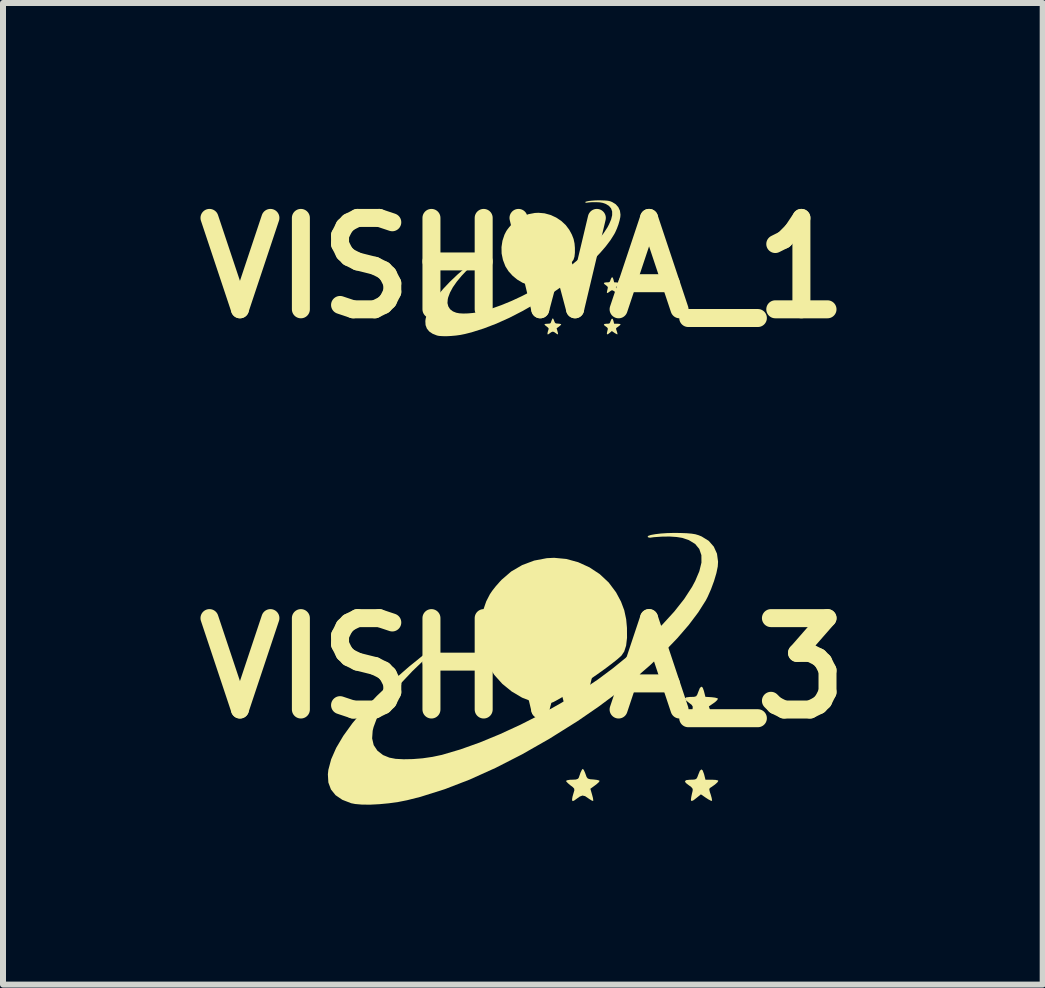
<source format=kicad_pcb>
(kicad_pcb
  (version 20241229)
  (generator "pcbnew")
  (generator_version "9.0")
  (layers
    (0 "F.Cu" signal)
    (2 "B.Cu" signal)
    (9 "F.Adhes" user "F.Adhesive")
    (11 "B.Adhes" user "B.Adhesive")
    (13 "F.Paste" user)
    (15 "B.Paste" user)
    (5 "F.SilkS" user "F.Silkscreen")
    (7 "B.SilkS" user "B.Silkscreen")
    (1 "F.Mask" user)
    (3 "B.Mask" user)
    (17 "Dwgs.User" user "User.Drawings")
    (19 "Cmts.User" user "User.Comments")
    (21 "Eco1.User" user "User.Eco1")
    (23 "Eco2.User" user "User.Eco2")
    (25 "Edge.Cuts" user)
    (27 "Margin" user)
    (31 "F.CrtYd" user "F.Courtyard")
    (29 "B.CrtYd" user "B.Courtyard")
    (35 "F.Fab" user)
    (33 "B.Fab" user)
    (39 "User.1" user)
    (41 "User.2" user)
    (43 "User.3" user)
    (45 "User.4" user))
  (footprint "VISHWA_3"
    (layer "F.Cu")
    (at 5.668 8.091)
    (property "Reference" "VISHWA_3" (at 0 0 0) (layer "F.SilkS") (effects (font (size 1.524 1.524) (thickness 0.3))))
    (attr board_only exclude_from_pos_files exclude_from_bom)
    (fp_poly (pts (xy 2.998 1.704) (xy 3.019 1.76) (xy 3.022 1.769) (xy 3.045 1.86) (xy 3.152 1.86) (xy 3.212 1.863) (xy 3.251 1.871) (xy 3.26 1.879) (xy 3.244 1.904) (xy 3.203 1.941) (xy 3.145 1.982) (xy 3.131 1.99) (xy 3.113 2.005) (xy 3.109 2.027) (xy 3.119 2.068) (xy 3.132 2.106) (xy 3.148 2.163) (xy 3.155 2.203) (xy 3.154 2.213) (xy 3.133 2.209) (xy 3.09 2.186) (xy 3.056 2.164) (xy 2.969 2.104) (xy 2.899 2.161) (xy 2.845 2.203) (xy 2.813 2.216) (xy 2.802 2.199) (xy 2.807 2.155) (xy 2.819 2.095) (xy 2.831 2.046) (xy 2.832 2.013) (xy 2.808 1.982) (xy 2.772 1.956) (xy 2.718 1.915) (xy 2.702 1.885) (xy 2.724 1.867) (xy 2.785 1.86) (xy 2.798 1.86) (xy 2.857 1.858) (xy 2.89 1.848) (xy 2.909 1.819) (xy 2.925 1.776) (xy 2.951 1.712) (xy 2.976 1.688)) (stroke (width 0) (type solid)) (fill yes) (layer "F.SilkS"))
    (fp_poly (pts (xy 2.999 0.324) (xy 3.019 0.38) (xy 3.021 0.388) (xy 3.044 0.478) (xy 3.146 0.484) (xy 3.204 0.491) (xy 3.244 0.502) (xy 3.253 0.51) (xy 3.241 0.532) (xy 3.205 0.566) (xy 3.18 0.584) (xy 3.102 0.638) (xy 3.133 0.73) (xy 3.149 0.786) (xy 3.156 0.824) (xy 3.154 0.833) (xy 3.133 0.829) (xy 3.091 0.807) (xy 3.067 0.792) (xy 3.013 0.757) (xy 2.976 0.744) (xy 2.943 0.754) (xy 2.898 0.785) (xy 2.892 0.79) (xy 2.839 0.827) (xy 2.81 0.837) (xy 2.802 0.818) (xy 2.807 0.785) (xy 2.82 0.722) (xy 2.83 0.679) (xy 2.833 0.642) (xy 2.814 0.611) (xy 2.772 0.579) (xy 2.718 0.536) (xy 2.702 0.506) (xy 2.724 0.487) (xy 2.785 0.48) (xy 2.798 0.48) (xy 2.857 0.478) (xy 2.89 0.468) (xy 2.909 0.439) (xy 2.925 0.396) (xy 2.951 0.332) (xy 2.976 0.308)) (stroke (width 0) (type solid)) (fill yes) (layer "F.SilkS"))
    (fp_poly (pts (xy 1.016 1.697) (xy 1.036 1.741) (xy 1.045 1.765) (xy 1.063 1.815) (xy 1.084 1.841) (xy 1.121 1.852) (xy 1.177 1.856) (xy 1.235 1.863) (xy 1.272 1.873) (xy 1.28 1.881) (xy 1.265 1.903) (xy 1.227 1.937) (xy 1.203 1.955) (xy 1.126 2.011) (xy 1.154 2.108) (xy 1.169 2.165) (xy 1.174 2.204) (xy 1.173 2.214) (xy 1.152 2.209) (xy 1.113 2.185) (xy 1.094 2.172) (xy 1.038 2.134) (xy 0.994 2.124) (xy 0.949 2.141) (xy 0.908 2.17) (xy 0.858 2.206) (xy 0.832 2.217) (xy 0.822 2.205) (xy 0.821 2.185) (xy 0.828 2.143) (xy 0.844 2.087) (xy 0.846 2.08) (xy 0.859 2.036) (xy 0.855 2.007) (xy 0.828 1.979) (xy 0.795 1.955) (xy 0.751 1.918) (xy 0.724 1.889) (xy 0.72 1.88) (xy 0.738 1.869) (xy 0.784 1.861) (xy 0.821 1.86) (xy 0.885 1.857) (xy 0.919 1.844) (xy 0.933 1.825) (xy 0.963 1.738) (xy 0.987 1.69) (xy 1.001 1.68)) (stroke (width 0) (type solid)) (fill yes) (layer "F.SilkS"))
    (fp_poly (pts (xy 0.724 -1.821) (xy 0.922 -1.767) (xy 1.111 -1.681) (xy 1.282 -1.568) (xy 1.431 -1.429) (xy 1.55 -1.27) (xy 1.555 -1.263) (xy 1.637 -1.109) (xy 1.691 -0.965) (xy 1.723 -0.815) (xy 1.736 -0.672) (xy 1.737 -0.506) (xy 1.722 -0.376) (xy 1.69 -0.277) (xy 1.644 -0.209) (xy 1.577 -0.149) (xy 1.481 -0.073) (xy 1.364 0.015) (xy 1.231 0.11) (xy 1.088 0.208) (xy 0.943 0.305) (xy 0.801 0.396) (xy 0.668 0.477) (xy 0.551 0.543) (xy 0.506 0.567) (xy 0.423 0.593) (xy 0.322 0.594) (xy 0.196 0.57) (xy 0.17 0.563) (xy -0.012 0.492) (xy -0.186 0.389) (xy -0.343 0.261) (xy -0.476 0.113) (xy -0.578 -0.048) (xy -0.584 -0.06) (xy -0.665 -0.268) (xy -0.707 -0.482) (xy -0.713 -0.697) (xy -0.681 -0.909) (xy -0.611 -1.113) (xy -0.55 -1.232) (xy -0.51 -1.291) (xy -0.452 -1.365) (xy -0.384 -1.442) (xy -0.354 -1.474) (xy -0.194 -1.612) (xy -0.011 -1.719) (xy 0.189 -1.794) (xy 0.4 -1.834) (xy 0.522 -1.84)) (stroke (width 0) (type solid)) (fill yes) (layer "F.SilkS"))
    (fp_poly (pts (xy 2.62 -2.254) (xy 2.732 -2.25) (xy 2.814 -2.243) (xy 2.876 -2.233) (xy 2.93 -2.217) (xy 2.981 -2.196) (xy 3.099 -2.123) (xy 3.184 -2.026) (xy 3.237 -1.909) (xy 3.255 -1.775) (xy 3.25 -1.695) (xy 3.227 -1.584) (xy 3.188 -1.453) (xy 3.138 -1.317) (xy 3.082 -1.19) (xy 3.051 -1.13) (xy 2.925 -0.931) (xy 2.766 -0.72) (xy 2.576 -0.5) (xy 2.358 -0.273) (xy 2.115 -0.043) (xy 1.85 0.187) (xy 1.566 0.416) (xy 1.267 0.639) (xy 0.955 0.854) (xy 0.906 0.887) (xy 0.443 1.177) (xy -0.011 1.436) (xy -0.455 1.663) (xy -0.887 1.858) (xy -1.305 2.019) (xy -1.708 2.146) (xy -1.93 2.202) (xy -2.076 2.231) (xy -2.233 2.253) (xy -2.392 2.268) (xy -2.544 2.276) (xy -2.682 2.275) (xy -2.796 2.265) (xy -2.863 2.252) (xy -3.01 2.195) (xy -3.123 2.118) (xy -3.2 2.022) (xy -3.243 1.906) (xy -3.251 1.77) (xy -3.243 1.695) (xy -3.196 1.519) (xy -3.113 1.33) (xy -2.994 1.129) (xy -2.841 0.917) (xy -2.654 0.694) (xy -2.434 0.462) (xy -2.182 0.223) (xy -1.899 -0.024) (xy -1.61 -0.258) (xy -1.537 -0.314) (xy -1.476 -0.36) (xy -1.433 -0.39) (xy -1.415 -0.4) (xy -1.401 -0.394) (xy -1.408 -0.374) (xy -1.438 -0.337) (xy -1.494 -0.281) (xy -1.577 -0.202) (xy -1.605 -0.177) (xy -1.841 0.049) (xy -2.04 0.26) (xy -2.204 0.458) (xy -2.333 0.644) (xy -2.428 0.818) (xy -2.489 0.982) (xy -2.504 1.043) (xy -2.513 1.171) (xy -2.487 1.283) (xy -2.425 1.376) (xy -2.331 1.449) (xy -2.225 1.492) (xy -2.121 1.512) (xy -1.988 1.519) (xy -1.835 1.516) (xy -1.672 1.503) (xy -1.507 1.479) (xy -1.351 1.446) (xy -1.34 1.443) (xy -1.039 1.354) (xy -0.717 1.239) (xy -0.383 1.101) (xy -0.042 0.944) (xy 0.299 0.771) (xy 0.631 0.585) (xy 0.95 0.391) (xy 1.248 0.191) (xy 1.5 0.003) (xy 1.812 -0.251) (xy 2.086 -0.493) (xy 2.324 -0.724) (xy 2.525 -0.944) (xy 2.69 -1.153) (xy 2.82 -1.353) (xy 2.874 -1.454) (xy 2.943 -1.617) (xy 2.978 -1.76) (xy 2.977 -1.884) (xy 2.942 -1.987) (xy 2.873 -2.071) (xy 2.768 -2.135) (xy 2.659 -2.172) (xy 2.565 -2.187) (xy 2.446 -2.195) (xy 2.315 -2.193) (xy 2.186 -2.184) (xy 2.12 -2.175) (xy 2.088 -2.182) (xy 2.08 -2.19) (xy 2.091 -2.206) (xy 2.135 -2.221) (xy 2.207 -2.234) (xy 2.299 -2.245) (xy 2.405 -2.252) (xy 2.518 -2.255)) (stroke (width 0) (type solid)) (fill yes) (layer "F.SilkS")))
  (footprint "VISHWA_1"
    (layer "F.Cu")
    (at 5.668 1.418)
    (property "Reference" "VISHWA_1" (at 0 0 0) (layer "F.SilkS") (effects (font (size 1.524 1.524) (thickness 0.3))))
    (attr board_only exclude_from_pos_files exclude_from_bom)
    (fp_poly (pts (xy 1.499 0.852) (xy 1.51 0.88) (xy 1.511 0.884) (xy 1.522 0.93) (xy 1.576 0.93) (xy 1.606 0.932) (xy 1.625 0.936) (xy 1.63 0.939) (xy 1.622 0.952) (xy 1.601 0.97) (xy 1.572 0.991) (xy 1.566 0.995) (xy 1.557 1.003) (xy 1.554 1.014) (xy 1.559 1.034) (xy 1.566 1.053) (xy 1.574 1.081) (xy 1.578 1.101) (xy 1.577 1.107) (xy 1.566 1.104) (xy 1.545 1.093) (xy 1.528 1.082) (xy 1.484 1.052) (xy 1.45 1.081) (xy 1.422 1.102) (xy 1.407 1.108) (xy 1.401 1.099) (xy 1.403 1.077) (xy 1.41 1.047) (xy 1.416 1.023) (xy 1.416 1.007) (xy 1.404 0.991) (xy 1.386 0.978) (xy 1.359 0.958) (xy 1.351 0.943) (xy 1.362 0.934) (xy 1.393 0.93) (xy 1.399 0.93) (xy 1.429 0.929) (xy 1.445 0.924) (xy 1.455 0.909) (xy 1.462 0.888) (xy 1.476 0.856) (xy 1.488 0.844)) (stroke (width 0) (type solid)) (fill yes) (layer "F.SilkS"))
    (fp_poly (pts (xy 1.499 0.162) (xy 1.51 0.19) (xy 1.511 0.194) (xy 1.522 0.239) (xy 1.573 0.242) (xy 1.602 0.246) (xy 1.622 0.251) (xy 1.626 0.255) (xy 1.621 0.266) (xy 1.603 0.283) (xy 1.59 0.292) (xy 1.551 0.319) (xy 1.567 0.365) (xy 1.575 0.393) (xy 1.578 0.412) (xy 1.577 0.416) (xy 1.566 0.415) (xy 1.545 0.404) (xy 1.533 0.396) (xy 1.506 0.378) (xy 1.488 0.372) (xy 1.472 0.377) (xy 1.449 0.393) (xy 1.446 0.395) (xy 1.419 0.414) (xy 1.405 0.418) (xy 1.401 0.409) (xy 1.403 0.393) (xy 1.41 0.361) (xy 1.415 0.339) (xy 1.417 0.321) (xy 1.407 0.306) (xy 1.386 0.289) (xy 1.359 0.268) (xy 1.351 0.253) (xy 1.362 0.244) (xy 1.392 0.24) (xy 1.399 0.24) (xy 1.429 0.239) (xy 1.445 0.234) (xy 1.455 0.219) (xy 1.462 0.198) (xy 1.476 0.166) (xy 1.488 0.154)) (stroke (width 0) (type solid)) (fill yes) (layer "F.SilkS"))
    (fp_poly (pts (xy 0.508 0.849) (xy 0.518 0.87) (xy 0.522 0.882) (xy 0.532 0.907) (xy 0.542 0.92) (xy 0.56 0.926) (xy 0.588 0.928) (xy 0.617 0.931) (xy 0.636 0.937) (xy 0.64 0.94) (xy 0.633 0.951) (xy 0.614 0.968) (xy 0.602 0.978) (xy 0.563 1.006) (xy 0.577 1.054) (xy 0.584 1.082) (xy 0.587 1.102) (xy 0.586 1.107) (xy 0.576 1.105) (xy 0.556 1.093) (xy 0.547 1.086) (xy 0.519 1.067) (xy 0.497 1.062) (xy 0.474 1.071) (xy 0.454 1.085) (xy 0.429 1.103) (xy 0.416 1.109) (xy 0.411 1.102) (xy 0.411 1.093) (xy 0.414 1.071) (xy 0.422 1.043) (xy 0.423 1.04) (xy 0.43 1.018) (xy 0.428 1.004) (xy 0.414 0.99) (xy 0.398 0.977) (xy 0.375 0.959) (xy 0.362 0.944) (xy 0.36 0.94) (xy 0.369 0.934) (xy 0.392 0.931) (xy 0.41 0.93) (xy 0.443 0.928) (xy 0.46 0.922) (xy 0.466 0.912) (xy 0.482 0.869) (xy 0.494 0.845) (xy 0.5 0.84)) (stroke (width 0) (type solid)) (fill yes) (layer "F.SilkS"))
    (fp_poly (pts (xy 0.362 -0.911) (xy 0.461 -0.884) (xy 0.555 -0.841) (xy 0.641 -0.784) (xy 0.715 -0.715) (xy 0.775 -0.635) (xy 0.777 -0.631) (xy 0.818 -0.555) (xy 0.846 -0.483) (xy 0.862 -0.408) (xy 0.868 -0.336) (xy 0.868 -0.253) (xy 0.861 -0.188) (xy 0.845 -0.138) (xy 0.822 -0.105) (xy 0.788 -0.074) (xy 0.741 -0.036) (xy 0.682 0.007) (xy 0.615 0.055) (xy 0.544 0.104) (xy 0.471 0.152) (xy 0.4 0.198) (xy 0.334 0.238) (xy 0.275 0.272) (xy 0.253 0.284) (xy 0.212 0.297) (xy 0.161 0.297) (xy 0.098 0.285) (xy 0.085 0.281) (xy -0.006 0.246) (xy -0.093 0.194) (xy -0.171 0.13) (xy -0.238 0.056) (xy -0.289 -0.024) (xy -0.292 -0.03) (xy -0.332 -0.134) (xy -0.354 -0.241) (xy -0.356 -0.348) (xy -0.34 -0.454) (xy -0.306 -0.556) (xy -0.275 -0.616) (xy -0.255 -0.645) (xy -0.226 -0.682) (xy -0.192 -0.721) (xy -0.177 -0.737) (xy -0.097 -0.806) (xy -0.006 -0.86) (xy 0.095 -0.897) (xy 0.2 -0.917) (xy 0.261 -0.92)) (stroke (width 0) (type solid)) (fill yes) (layer "F.SilkS"))
    (fp_poly (pts (xy 1.31 -1.127) (xy 1.366 -1.125) (xy 1.407 -1.122) (xy 1.438 -1.117) (xy 1.465 -1.109) (xy 1.491 -1.098) (xy 1.549 -1.062) (xy 1.592 -1.013) (xy 1.619 -0.955) (xy 1.628 -0.888) (xy 1.625 -0.848) (xy 1.613 -0.792) (xy 1.594 -0.726) (xy 1.569 -0.658) (xy 1.541 -0.595) (xy 1.525 -0.565) (xy 1.463 -0.466) (xy 1.383 -0.36) (xy 1.288 -0.25) (xy 1.179 -0.137) (xy 1.057 -0.022) (xy 0.925 0.094) (xy 0.783 0.208) (xy 0.634 0.32) (xy 0.478 0.427) (xy 0.453 0.444) (xy 0.222 0.589) (xy -0.005 0.718) (xy -0.227 0.832) (xy -0.443 0.929) (xy -0.652 1.009) (xy -0.854 1.073) (xy -0.965 1.101) (xy -1.038 1.116) (xy -1.116 1.127) (xy -1.196 1.134) (xy -1.272 1.138) (xy -1.341 1.137) (xy -1.398 1.133) (xy -1.432 1.126) (xy -1.505 1.097) (xy -1.561 1.059) (xy -1.6 1.011) (xy -1.622 0.953) (xy -1.626 0.885) (xy -1.621 0.847) (xy -1.598 0.76) (xy -1.556 0.665) (xy -1.497 0.565) (xy -1.42 0.458) (xy -1.327 0.347) (xy -1.217 0.231) (xy -1.091 0.111) (xy -0.95 -0.012) (xy -0.805 -0.129) (xy -0.769 -0.157) (xy -0.738 -0.18) (xy -0.716 -0.195) (xy -0.708 -0.2) (xy -0.7 -0.197) (xy -0.704 -0.187) (xy -0.719 -0.169) (xy -0.747 -0.14) (xy -0.789 -0.101) (xy -0.802 -0.088) (xy -0.92 0.024) (xy -1.02 0.13) (xy -1.102 0.229) (xy -1.167 0.322) (xy -1.214 0.409) (xy -1.245 0.491) (xy -1.252 0.522) (xy -1.257 0.585) (xy -1.243 0.641) (xy -1.213 0.688) (xy -1.166 0.724) (xy -1.112 0.746) (xy -1.06 0.756) (xy -0.994 0.76) (xy -0.918 0.758) (xy -0.836 0.751) (xy -0.754 0.739) (xy -0.676 0.723) (xy -0.67 0.722) (xy -0.519 0.677) (xy -0.359 0.62) (xy -0.191 0.551) (xy -0.021 0.472) (xy 0.149 0.385) (xy 0.316 0.293) (xy 0.475 0.195) (xy 0.624 0.096) (xy 0.75 0.002) (xy 0.906 -0.126) (xy 1.043 -0.247) (xy 1.162 -0.362) (xy 1.262 -0.472) (xy 1.345 -0.577) (xy 1.41 -0.676) (xy 1.437 -0.727) (xy 1.472 -0.809) (xy 1.489 -0.88) (xy 1.489 -0.942) (xy 1.471 -0.993) (xy 1.436 -1.035) (xy 1.384 -1.067) (xy 1.329 -1.086) (xy 1.283 -1.094) (xy 1.223 -1.097) (xy 1.158 -1.097) (xy 1.093 -1.092) (xy 1.06 -1.087) (xy 1.044 -1.091) (xy 1.04 -1.095) (xy 1.045 -1.103) (xy 1.068 -1.11) (xy 1.103 -1.117) (xy 1.149 -1.122) (xy 1.202 -1.126) (xy 1.259 -1.128)) (stroke (width 0) (type solid)) (fill yes) (layer "F.SilkS")))
  (gr_rect
    (start -3 -3)
    (end 14.336 13.367)
    (stroke (width 0.1) (type default))
    (fill no)
    (layer "Edge.Cuts")))
</source>
